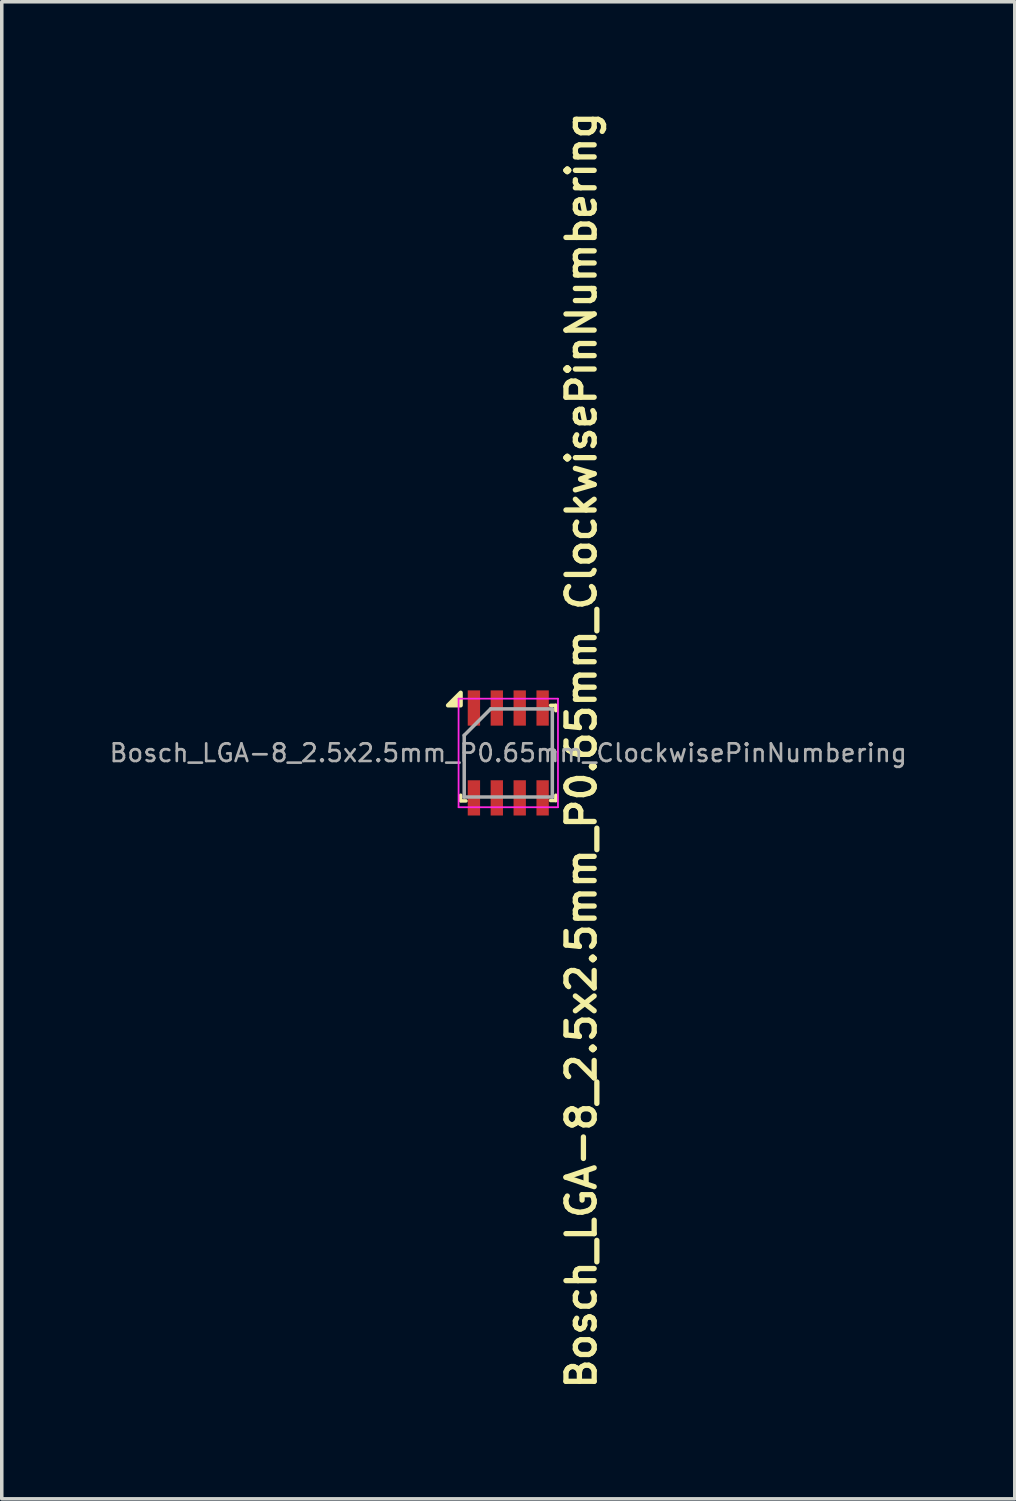
<source format=kicad_pcb>
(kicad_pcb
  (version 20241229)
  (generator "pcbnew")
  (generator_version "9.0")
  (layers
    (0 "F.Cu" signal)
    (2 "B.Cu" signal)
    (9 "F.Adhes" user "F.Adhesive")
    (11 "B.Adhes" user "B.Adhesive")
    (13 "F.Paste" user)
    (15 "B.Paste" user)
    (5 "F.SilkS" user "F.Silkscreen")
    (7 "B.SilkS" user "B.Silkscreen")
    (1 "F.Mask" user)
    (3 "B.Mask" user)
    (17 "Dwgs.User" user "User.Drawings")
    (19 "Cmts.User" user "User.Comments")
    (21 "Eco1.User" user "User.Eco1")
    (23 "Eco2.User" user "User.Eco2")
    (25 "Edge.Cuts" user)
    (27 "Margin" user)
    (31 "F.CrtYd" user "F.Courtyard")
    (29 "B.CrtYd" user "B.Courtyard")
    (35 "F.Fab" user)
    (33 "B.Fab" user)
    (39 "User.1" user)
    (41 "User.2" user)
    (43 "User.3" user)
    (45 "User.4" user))
  (footprint "Bosch_LGA-8_2.5x2.5mm_P0.65mm_ClockwisePinNumbering"
    (layer "F.Cu")
    (at 11.372 18.315)
    (property "Reference" "Bosch_LGA-8_2.5x2.5mm_P0.65mm_ClockwisePinNumbering" (at 2.075 -0.075 270) (layer "F.SilkS") (effects (font (size 0.8 0.8) (thickness 0.15))))
    (attr smd)
    (fp_line (start -1.35 1.35) (end -1.35 1.2) (stroke (width 0.1) (type solid)) (layer "F.SilkS"))
    (fp_line (start -1.35 1.36) (end -1.2 1.36) (stroke (width 0.1) (type solid)) (layer "F.SilkS"))
    (fp_line (start 1.2 -1.35) (end 1.35 -1.35) (stroke (width 0.1) (type solid)) (layer "F.SilkS"))
    (fp_line (start 1.35 -1.35) (end 1.35 -1.2) (stroke (width 0.1) (type solid)) (layer "F.SilkS"))
    (fp_line (start 1.35 1.35) (end 1.2 1.35) (stroke (width 0.1) (type solid)) (layer "F.SilkS"))
    (fp_line (start 1.35 1.35) (end 1.35 1.2) (stroke (width 0.1) (type solid)) (layer "F.SilkS"))
    (fp_poly (pts (xy -1.35 -1.35) (xy -1.71 -1.35) (xy -1.35 -1.71) (xy -1.35 -1.35)) (stroke (width 0.12) (type solid)) (fill yes) (layer "F.SilkS"))
    (fp_line (start -1.41 -1.54) (end 1.41 -1.54) (stroke (width 0.05) (type solid)) (layer "F.CrtYd"))
    (fp_line (start -1.41 1.54) (end -1.41 -1.54) (stroke (width 0.05) (type solid)) (layer "F.CrtYd"))
    (fp_line (start 1.41 -1.54) (end 1.41 1.54) (stroke (width 0.05) (type solid)) (layer "F.CrtYd"))
    (fp_line (start 1.41 1.54) (end -1.41 1.54) (stroke (width 0.05) (type solid)) (layer "F.CrtYd"))
    (fp_line (start -1.25 -0.5) (end -0.5 -1.25) (stroke (width 0.1) (type solid)) (layer "F.Fab"))
    (fp_line (start -1.25 1.25) (end -1.25 -0.5) (stroke (width 0.1) (type solid)) (layer "F.Fab"))
    (fp_line (start -0.5 -1.25) (end 1.25 -1.25) (stroke (width 0.1) (type solid)) (layer "F.Fab"))
    (fp_line (start 1.25 -1.25) (end 1.25 1.25) (stroke (width 0.1) (type solid)) (layer "F.Fab"))
    (fp_line (start 1.25 1.25) (end -1.25 1.25) (stroke (width 0.1) (type solid)) (layer "F.Fab"))
    (fp_text user "${REFERENCE}" (at 0 0 0) (layer "F.Fab") (effects (font (size 0.5 0.5) (thickness 0.075))))
    (pad "1" smd rect (at -0.975 -1.275 90) (size 1 0.35) (layers "F.Cu" "F.Mask" "F.Paste"))
    (pad "2" smd rect (at -0.325 -1.275 90) (size 1 0.35) (layers "F.Cu" "F.Mask" "F.Paste"))
    (pad "3" smd rect (at 0.325 -1.275 90) (size 1 0.35) (layers "F.Cu" "F.Mask" "F.Paste"))
    (pad "4" smd rect (at 0.975 -1.275 90) (size 1 0.35) (layers "F.Cu" "F.Mask" "F.Paste"))
    (pad "5" smd rect (at 0.975 1.275 90) (size 1 0.35) (layers "F.Cu" "F.Mask" "F.Paste"))
    (pad "6" smd rect (at 0.325 1.275 90) (size 1 0.35) (layers "F.Cu" "F.Mask" "F.Paste"))
    (pad "7" smd rect (at -0.325 1.275 90) (size 1 0.35) (layers "F.Cu" "F.Mask" "F.Paste"))
    (pad "8" smd rect (at -0.975 1.275 90) (size 1 0.35) (layers "F.Cu" "F.Mask" "F.Paste")))
  (gr_rect
    (start -3 -3)
    (end 25.744 39.48)
    (stroke (width 0.1) (type default))
    (fill no)
    (layer "Edge.Cuts")))
</source>
